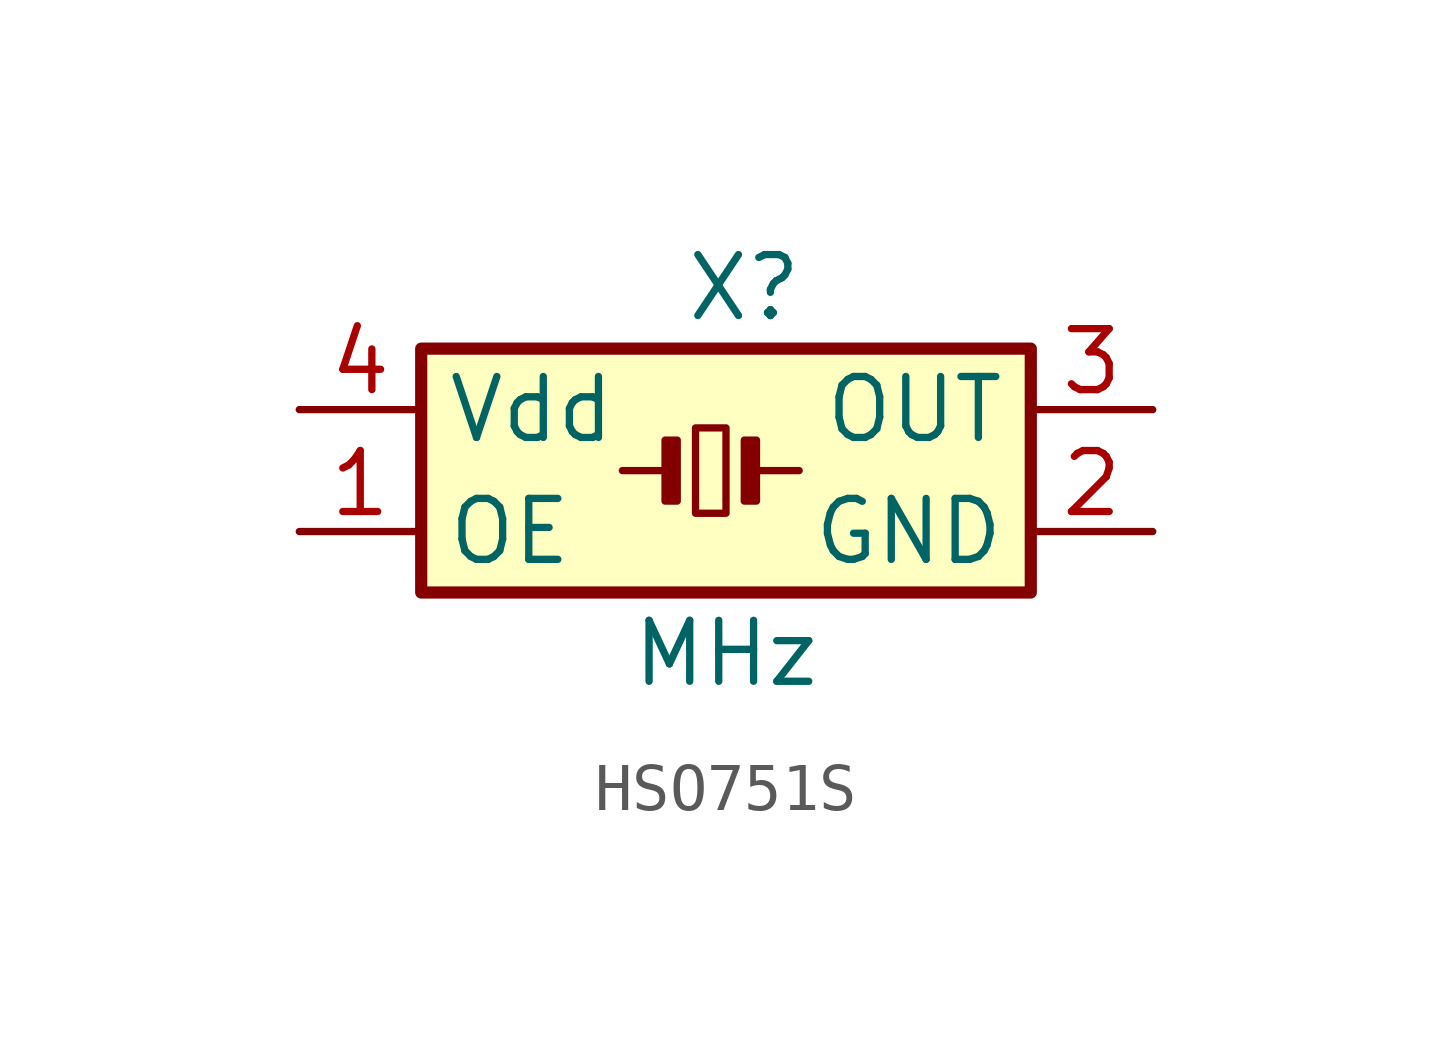
<source format=kicad_sym>
(kicad_symbol_lib
  (version 20220914)
  (generator kicad_symbol_editor)
  (symbol "HSO751S"
    (property "Reference" "X"
      (at 0.381 3.81 0)
      (effects (font (size 1.27 1.27))))
    (property "Value" "MHz"
      (at 0 -3.81 0)
      (effects (font (size 1.27 1.27))))
    (symbol "HSO751S_1_1"
      (rectangle (start -6.35 2.54) (end 6.35 -2.54) (stroke (width 0.254) (type default)) (fill (type background)))
      (rectangle (start -1.27 0.635) (end -1.016 -0.635) (stroke (width 0) (type default)) (fill (type outline)))
      (rectangle (start -0.635 0.889) (end 0 -0.889) (stroke (width 0) (type default)) (fill (type none)))
      (polyline (pts (xy -2.159 0) (xy -1.143 0)) (stroke (width 0) (type default)) (fill (type none)))
      (polyline (pts (xy 0.508 0) (xy 1.524 0)) (stroke (width 0) (type default)) (fill (type none)))
      (rectangle (start 0.381 0.635) (end 0.635 -0.635) (stroke (width 0) (type default)) (fill (type outline)))
      (pin input line (at -8.89 -1.27 0) (length 2.54) (name "OE" (effects (font (size 1.27 1.27)))) (number "1" (effects (font (size 1.27 1.27)))))
      (pin power_in line (at 8.89 -1.27 180) (length 2.54) (name "GND" (effects (font (size 1.27 1.27)))) (number "2" (effects (font (size 1.27 1.27)))))
      (pin output line (at 8.89 1.27 180) (length 2.54) (name "OUT" (effects (font (size 1.27 1.27)))) (number "3" (effects (font (size 1.27 1.27)))))
      (pin power_in line (at -8.89 1.27 0) (length 2.54) (name "Vdd" (effects (font (size 1.27 1.27)))) (number "4" (effects (font (size 1.27 1.27))))))))
</source>
